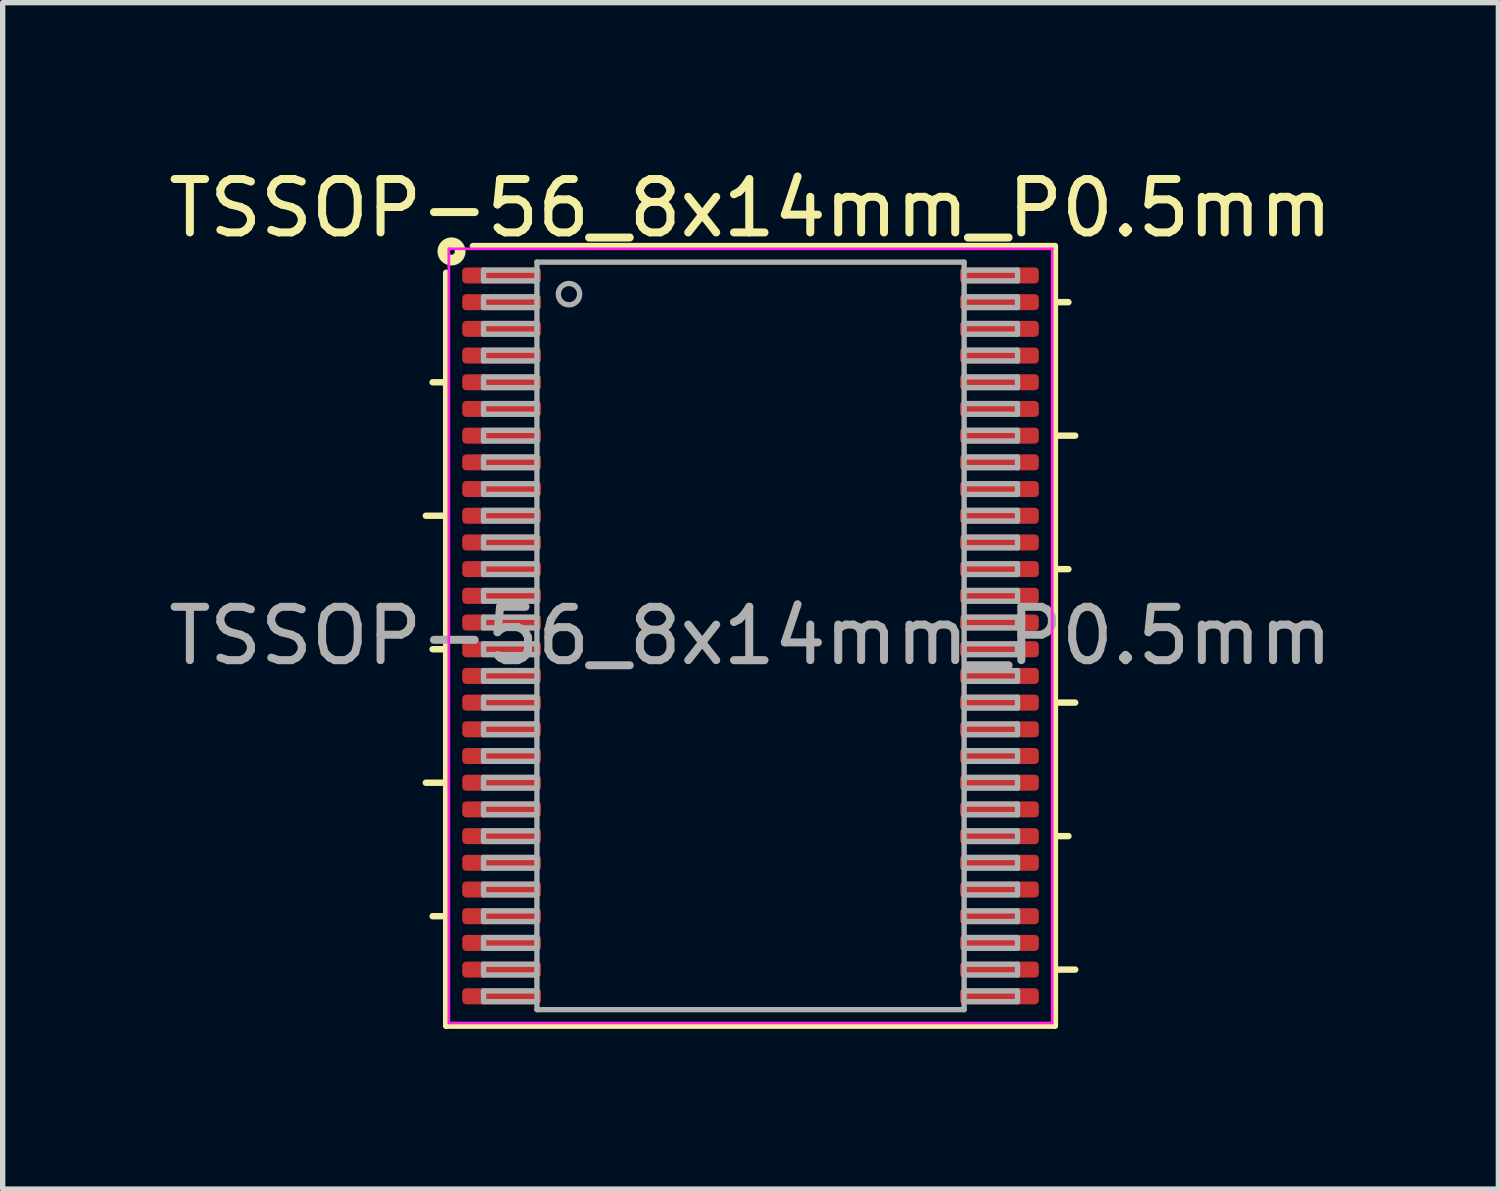
<source format=kicad_pcb>
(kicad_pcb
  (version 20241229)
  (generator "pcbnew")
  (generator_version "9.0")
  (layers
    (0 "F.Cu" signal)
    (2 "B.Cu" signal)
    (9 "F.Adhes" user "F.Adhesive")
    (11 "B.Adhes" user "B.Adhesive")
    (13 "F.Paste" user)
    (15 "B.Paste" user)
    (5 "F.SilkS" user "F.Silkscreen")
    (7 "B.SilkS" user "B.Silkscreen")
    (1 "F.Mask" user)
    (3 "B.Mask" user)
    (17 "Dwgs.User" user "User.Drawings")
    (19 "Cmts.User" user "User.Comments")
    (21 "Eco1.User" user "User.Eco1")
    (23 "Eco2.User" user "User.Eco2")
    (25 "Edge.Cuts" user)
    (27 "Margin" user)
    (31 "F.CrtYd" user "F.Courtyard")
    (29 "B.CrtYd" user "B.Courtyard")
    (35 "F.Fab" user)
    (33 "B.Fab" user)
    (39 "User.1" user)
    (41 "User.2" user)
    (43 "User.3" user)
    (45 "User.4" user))
  (footprint "TSSOP-56_8x14mm_P0.5mm"
    (layer "F.Cu")
    (at 11.006 8.859)
    (property "Reference" "TSSOP-56_8x14mm_P0.5mm" (at 0 -8.011 0) (layer "F.SilkS") (effects (font (size 1 1) (thickness 0.15))))
    (attr smd)
    (fp_line (start -6.081 -2.25) (end -5.7 -2.25) (stroke (width 0.12) (type solid)) (layer "F.SilkS"))
    (fp_line (start -6.081 2.75) (end -5.7 2.75) (stroke (width 0.12) (type solid)) (layer "F.SilkS"))
    (fp_line (start -5.954 -4.75) (end -5.7 -4.75) (stroke (width 0.12) (type solid)) (layer "F.SilkS"))
    (fp_line (start -5.954 0.25) (end -5.7 0.25) (stroke (width 0.12) (type solid)) (layer "F.SilkS"))
    (fp_line (start -5.954 5.25) (end -5.7 5.25) (stroke (width 0.12) (type solid)) (layer "F.SilkS"))
    (fp_line (start -5.7 -6.8) (end -5.7 7.3) (stroke (width 0.12) (type solid)) (layer "F.SilkS"))
    (fp_line (start -5.7 7.3) (end 5.7 7.3) (stroke (width 0.12) (type solid)) (layer "F.SilkS"))
    (fp_line (start 5.7 -7.3) (end -5.2 -7.3) (stroke (width 0.12) (type solid)) (layer "F.SilkS"))
    (fp_line (start 5.7 7.3) (end 5.7 -7.3) (stroke (width 0.12) (type solid)) (layer "F.SilkS"))
    (fp_line (start 5.954 -6.25) (end 5.7 -6.25) (stroke (width 0.12) (type solid)) (layer "F.SilkS"))
    (fp_line (start 5.954 -1.25) (end 5.7 -1.25) (stroke (width 0.12) (type solid)) (layer "F.SilkS"))
    (fp_line (start 5.954 3.75) (end 5.7 3.75) (stroke (width 0.12) (type solid)) (layer "F.SilkS"))
    (fp_line (start 6.081 -3.75) (end 5.7 -3.75) (stroke (width 0.12) (type solid)) (layer "F.SilkS"))
    (fp_line (start 6.081 1.25) (end 5.7 1.25) (stroke (width 0.12) (type solid)) (layer "F.SilkS"))
    (fp_line (start 6.081 6.25) (end 5.7 6.25) (stroke (width 0.12) (type solid)) (layer "F.SilkS"))
    (fp_circle (center -5.6 -7.2) (end -5.537 -7.2) (stroke (width 0.2) (type solid)) (fill no) (layer "F.SilkS"))
    (fp_line (start -5.65 -7.25) (end -5.65 7.25) (stroke (width 0.05) (type solid)) (layer "F.CrtYd"))
    (fp_line (start -5.65 7.25) (end 5.65 7.25) (stroke (width 0.05) (type solid)) (layer "F.CrtYd"))
    (fp_line (start 5.65 -7.25) (end -5.65 -7.25) (stroke (width 0.05) (type solid)) (layer "F.CrtYd"))
    (fp_line (start 5.65 7.25) (end 5.65 -7.25) (stroke (width 0.05) (type solid)) (layer "F.CrtYd"))
    (fp_line (start -5 -6.85) (end -5 -6.65) (stroke (width 0.1) (type solid)) (layer "F.Fab"))
    (fp_line (start -5 -6.85) (end -4 -6.85) (stroke (width 0.1) (type solid)) (layer "F.Fab"))
    (fp_line (start -5 -6.65) (end -4 -6.65) (stroke (width 0.1) (type solid)) (layer "F.Fab"))
    (fp_line (start -5 -6.35) (end -5 -6.15) (stroke (width 0.1) (type solid)) (layer "F.Fab"))
    (fp_line (start -5 -6.35) (end -4 -6.35) (stroke (width 0.1) (type solid)) (layer "F.Fab"))
    (fp_line (start -5 -6.15) (end -4 -6.15) (stroke (width 0.1) (type solid)) (layer "F.Fab"))
    (fp_line (start -5 -5.85) (end -5 -5.65) (stroke (width 0.1) (type solid)) (layer "F.Fab"))
    (fp_line (start -5 -5.85) (end -4 -5.85) (stroke (width 0.1) (type solid)) (layer "F.Fab"))
    (fp_line (start -5 -5.65) (end -4 -5.65) (stroke (width 0.1) (type solid)) (layer "F.Fab"))
    (fp_line (start -5 -5.35) (end -5 -5.15) (stroke (width 0.1) (type solid)) (layer "F.Fab"))
    (fp_line (start -5 -5.35) (end -4 -5.35) (stroke (width 0.1) (type solid)) (layer "F.Fab"))
    (fp_line (start -5 -5.15) (end -4 -5.15) (stroke (width 0.1) (type solid)) (layer "F.Fab"))
    (fp_line (start -5 -4.85) (end -5 -4.65) (stroke (width 0.1) (type solid)) (layer "F.Fab"))
    (fp_line (start -5 -4.85) (end -4 -4.85) (stroke (width 0.1) (type solid)) (layer "F.Fab"))
    (fp_line (start -5 -4.65) (end -4 -4.65) (stroke (width 0.1) (type solid)) (layer "F.Fab"))
    (fp_line (start -5 -4.35) (end -5 -4.15) (stroke (width 0.1) (type solid)) (layer "F.Fab"))
    (fp_line (start -5 -4.35) (end -4 -4.35) (stroke (width 0.1) (type solid)) (layer "F.Fab"))
    (fp_line (start -5 -4.15) (end -4 -4.15) (stroke (width 0.1) (type solid)) (layer "F.Fab"))
    (fp_line (start -5 -3.85) (end -5 -3.65) (stroke (width 0.1) (type solid)) (layer "F.Fab"))
    (fp_line (start -5 -3.85) (end -4 -3.85) (stroke (width 0.1) (type solid)) (layer "F.Fab"))
    (fp_line (start -5 -3.65) (end -4 -3.65) (stroke (width 0.1) (type solid)) (layer "F.Fab"))
    (fp_line (start -5 -3.35) (end -5 -3.15) (stroke (width 0.1) (type solid)) (layer "F.Fab"))
    (fp_line (start -5 -3.35) (end -4 -3.35) (stroke (width 0.1) (type solid)) (layer "F.Fab"))
    (fp_line (start -5 -3.15) (end -4 -3.15) (stroke (width 0.1) (type solid)) (layer "F.Fab"))
    (fp_line (start -5 -2.85) (end -5 -2.65) (stroke (width 0.1) (type solid)) (layer "F.Fab"))
    (fp_line (start -5 -2.85) (end -4 -2.85) (stroke (width 0.1) (type solid)) (layer "F.Fab"))
    (fp_line (start -5 -2.65) (end -4 -2.65) (stroke (width 0.1) (type solid)) (layer "F.Fab"))
    (fp_line (start -5 -2.35) (end -5 -2.15) (stroke (width 0.1) (type solid)) (layer "F.Fab"))
    (fp_line (start -5 -2.35) (end -4 -2.35) (stroke (width 0.1) (type solid)) (layer "F.Fab"))
    (fp_line (start -5 -2.15) (end -4 -2.15) (stroke (width 0.1) (type solid)) (layer "F.Fab"))
    (fp_line (start -5 -1.85) (end -5 -1.65) (stroke (width 0.1) (type solid)) (layer "F.Fab"))
    (fp_line (start -5 -1.85) (end -4 -1.85) (stroke (width 0.1) (type solid)) (layer "F.Fab"))
    (fp_line (start -5 -1.65) (end -4 -1.65) (stroke (width 0.1) (type solid)) (layer "F.Fab"))
    (fp_line (start -5 -1.35) (end -5 -1.15) (stroke (width 0.1) (type solid)) (layer "F.Fab"))
    (fp_line (start -5 -1.35) (end -4 -1.35) (stroke (width 0.1) (type solid)) (layer "F.Fab"))
    (fp_line (start -5 -1.15) (end -4 -1.15) (stroke (width 0.1) (type solid)) (layer "F.Fab"))
    (fp_line (start -5 -0.85) (end -5 -0.65) (stroke (width 0.1) (type solid)) (layer "F.Fab"))
    (fp_line (start -5 -0.85) (end -4 -0.85) (stroke (width 0.1) (type solid)) (layer "F.Fab"))
    (fp_line (start -5 -0.65) (end -4 -0.65) (stroke (width 0.1) (type solid)) (layer "F.Fab"))
    (fp_line (start -5 -0.35) (end -5 -0.15) (stroke (width 0.1) (type solid)) (layer "F.Fab"))
    (fp_line (start -5 -0.35) (end -4 -0.35) (stroke (width 0.1) (type solid)) (layer "F.Fab"))
    (fp_line (start -5 -0.15) (end -4 -0.15) (stroke (width 0.1) (type solid)) (layer "F.Fab"))
    (fp_line (start -5 0.15) (end -5 0.35) (stroke (width 0.1) (type solid)) (layer "F.Fab"))
    (fp_line (start -5 0.15) (end -4 0.15) (stroke (width 0.1) (type solid)) (layer "F.Fab"))
    (fp_line (start -5 0.35) (end -4 0.35) (stroke (width 0.1) (type solid)) (layer "F.Fab"))
    (fp_line (start -5 0.65) (end -5 0.85) (stroke (width 0.1) (type solid)) (layer "F.Fab"))
    (fp_line (start -5 0.65) (end -4 0.65) (stroke (width 0.1) (type solid)) (layer "F.Fab"))
    (fp_line (start -5 0.85) (end -4 0.85) (stroke (width 0.1) (type solid)) (layer "F.Fab"))
    (fp_line (start -5 1.15) (end -5 1.35) (stroke (width 0.1) (type solid)) (layer "F.Fab"))
    (fp_line (start -5 1.15) (end -4 1.15) (stroke (width 0.1) (type solid)) (layer "F.Fab"))
    (fp_line (start -5 1.35) (end -4 1.35) (stroke (width 0.1) (type solid)) (layer "F.Fab"))
    (fp_line (start -5 1.65) (end -5 1.85) (stroke (width 0.1) (type solid)) (layer "F.Fab"))
    (fp_line (start -5 1.65) (end -4 1.65) (stroke (width 0.1) (type solid)) (layer "F.Fab"))
    (fp_line (start -5 1.85) (end -4 1.85) (stroke (width 0.1) (type solid)) (layer "F.Fab"))
    (fp_line (start -5 2.15) (end -5 2.35) (stroke (width 0.1) (type solid)) (layer "F.Fab"))
    (fp_line (start -5 2.15) (end -4 2.15) (stroke (width 0.1) (type solid)) (layer "F.Fab"))
    (fp_line (start -5 2.35) (end -4 2.35) (stroke (width 0.1) (type solid)) (layer "F.Fab"))
    (fp_line (start -5 2.65) (end -5 2.85) (stroke (width 0.1) (type solid)) (layer "F.Fab"))
    (fp_line (start -5 2.65) (end -4 2.65) (stroke (width 0.1) (type solid)) (layer "F.Fab"))
    (fp_line (start -5 2.85) (end -4 2.85) (stroke (width 0.1) (type solid)) (layer "F.Fab"))
    (fp_line (start -5 3.15) (end -5 3.35) (stroke (width 0.1) (type solid)) (layer "F.Fab"))
    (fp_line (start -5 3.15) (end -4 3.15) (stroke (width 0.1) (type solid)) (layer "F.Fab"))
    (fp_line (start -5 3.35) (end -4 3.35) (stroke (width 0.1) (type solid)) (layer "F.Fab"))
    (fp_line (start -5 3.65) (end -5 3.85) (stroke (width 0.1) (type solid)) (layer "F.Fab"))
    (fp_line (start -5 3.65) (end -4 3.65) (stroke (width 0.1) (type solid)) (layer "F.Fab"))
    (fp_line (start -5 3.85) (end -4 3.85) (stroke (width 0.1) (type solid)) (layer "F.Fab"))
    (fp_line (start -5 4.15) (end -5 4.35) (stroke (width 0.1) (type solid)) (layer "F.Fab"))
    (fp_line (start -5 4.15) (end -4 4.15) (stroke (width 0.1) (type solid)) (layer "F.Fab"))
    (fp_line (start -5 4.35) (end -4 4.35) (stroke (width 0.1) (type solid)) (layer "F.Fab"))
    (fp_line (start -5 4.65) (end -5 4.85) (stroke (width 0.1) (type solid)) (layer "F.Fab"))
    (fp_line (start -5 4.65) (end -4 4.65) (stroke (width 0.1) (type solid)) (layer "F.Fab"))
    (fp_line (start -5 4.85) (end -4 4.85) (stroke (width 0.1) (type solid)) (layer "F.Fab"))
    (fp_line (start -5 5.15) (end -5 5.35) (stroke (width 0.1) (type solid)) (layer "F.Fab"))
    (fp_line (start -5 5.15) (end -4 5.15) (stroke (width 0.1) (type solid)) (layer "F.Fab"))
    (fp_line (start -5 5.35) (end -4 5.35) (stroke (width 0.1) (type solid)) (layer "F.Fab"))
    (fp_line (start -5 5.65) (end -5 5.85) (stroke (width 0.1) (type solid)) (layer "F.Fab"))
    (fp_line (start -5 5.65) (end -4 5.65) (stroke (width 0.1) (type solid)) (layer "F.Fab"))
    (fp_line (start -5 5.85) (end -4 5.85) (stroke (width 0.1) (type solid)) (layer "F.Fab"))
    (fp_line (start -5 6.15) (end -5 6.35) (stroke (width 0.1) (type solid)) (layer "F.Fab"))
    (fp_line (start -5 6.15) (end -4 6.15) (stroke (width 0.1) (type solid)) (layer "F.Fab"))
    (fp_line (start -5 6.35) (end -4 6.35) (stroke (width 0.1) (type solid)) (layer "F.Fab"))
    (fp_line (start -5 6.65) (end -5 6.85) (stroke (width 0.1) (type solid)) (layer "F.Fab"))
    (fp_line (start -5 6.65) (end -4 6.65) (stroke (width 0.1) (type solid)) (layer "F.Fab"))
    (fp_line (start -5 6.85) (end -4 6.85) (stroke (width 0.1) (type solid)) (layer "F.Fab"))
    (fp_line (start -4 -7) (end 4 -7) (stroke (width 0.1) (type solid)) (layer "F.Fab"))
    (fp_line (start -4 7) (end -4 -7) (stroke (width 0.1) (type solid)) (layer "F.Fab"))
    (fp_line (start 4 -7) (end 4 7) (stroke (width 0.1) (type solid)) (layer "F.Fab"))
    (fp_line (start 4 7) (end -4 7) (stroke (width 0.1) (type solid)) (layer "F.Fab"))
    (fp_line (start 5 -6.85) (end 4 -6.85) (stroke (width 0.1) (type solid)) (layer "F.Fab"))
    (fp_line (start 5 -6.65) (end 4 -6.65) (stroke (width 0.1) (type solid)) (layer "F.Fab"))
    (fp_line (start 5 -6.65) (end 5 -6.85) (stroke (width 0.1) (type solid)) (layer "F.Fab"))
    (fp_line (start 5 -6.35) (end 4 -6.35) (stroke (width 0.1) (type solid)) (layer "F.Fab"))
    (fp_line (start 5 -6.15) (end 4 -6.15) (stroke (width 0.1) (type solid)) (layer "F.Fab"))
    (fp_line (start 5 -6.15) (end 5 -6.35) (stroke (width 0.1) (type solid)) (layer "F.Fab"))
    (fp_line (start 5 -5.85) (end 4 -5.85) (stroke (width 0.1) (type solid)) (layer "F.Fab"))
    (fp_line (start 5 -5.65) (end 4 -5.65) (stroke (width 0.1) (type solid)) (layer "F.Fab"))
    (fp_line (start 5 -5.65) (end 5 -5.85) (stroke (width 0.1) (type solid)) (layer "F.Fab"))
    (fp_line (start 5 -5.35) (end 4 -5.35) (stroke (width 0.1) (type solid)) (layer "F.Fab"))
    (fp_line (start 5 -5.15) (end 4 -5.15) (stroke (width 0.1) (type solid)) (layer "F.Fab"))
    (fp_line (start 5 -5.15) (end 5 -5.35) (stroke (width 0.1) (type solid)) (layer "F.Fab"))
    (fp_line (start 5 -4.85) (end 4 -4.85) (stroke (width 0.1) (type solid)) (layer "F.Fab"))
    (fp_line (start 5 -4.65) (end 4 -4.65) (stroke (width 0.1) (type solid)) (layer "F.Fab"))
    (fp_line (start 5 -4.65) (end 5 -4.85) (stroke (width 0.1) (type solid)) (layer "F.Fab"))
    (fp_line (start 5 -4.35) (end 4 -4.35) (stroke (width 0.1) (type solid)) (layer "F.Fab"))
    (fp_line (start 5 -4.15) (end 4 -4.15) (stroke (width 0.1) (type solid)) (layer "F.Fab"))
    (fp_line (start 5 -4.15) (end 5 -4.35) (stroke (width 0.1) (type solid)) (layer "F.Fab"))
    (fp_line (start 5 -3.85) (end 4 -3.85) (stroke (width 0.1) (type solid)) (layer "F.Fab"))
    (fp_line (start 5 -3.65) (end 4 -3.65) (stroke (width 0.1) (type solid)) (layer "F.Fab"))
    (fp_line (start 5 -3.65) (end 5 -3.85) (stroke (width 0.1) (type solid)) (layer "F.Fab"))
    (fp_line (start 5 -3.35) (end 4 -3.35) (stroke (width 0.1) (type solid)) (layer "F.Fab"))
    (fp_line (start 5 -3.15) (end 4 -3.15) (stroke (width 0.1) (type solid)) (layer "F.Fab"))
    (fp_line (start 5 -3.15) (end 5 -3.35) (stroke (width 0.1) (type solid)) (layer "F.Fab"))
    (fp_line (start 5 -2.85) (end 4 -2.85) (stroke (width 0.1) (type solid)) (layer "F.Fab"))
    (fp_line (start 5 -2.65) (end 4 -2.65) (stroke (width 0.1) (type solid)) (layer "F.Fab"))
    (fp_line (start 5 -2.65) (end 5 -2.85) (stroke (width 0.1) (type solid)) (layer "F.Fab"))
    (fp_line (start 5 -2.35) (end 4 -2.35) (stroke (width 0.1) (type solid)) (layer "F.Fab"))
    (fp_line (start 5 -2.15) (end 4 -2.15) (stroke (width 0.1) (type solid)) (layer "F.Fab"))
    (fp_line (start 5 -2.15) (end 5 -2.35) (stroke (width 0.1) (type solid)) (layer "F.Fab"))
    (fp_line (start 5 -1.85) (end 4 -1.85) (stroke (width 0.1) (type solid)) (layer "F.Fab"))
    (fp_line (start 5 -1.65) (end 4 -1.65) (stroke (width 0.1) (type solid)) (layer "F.Fab"))
    (fp_line (start 5 -1.65) (end 5 -1.85) (stroke (width 0.1) (type solid)) (layer "F.Fab"))
    (fp_line (start 5 -1.35) (end 4 -1.35) (stroke (width 0.1) (type solid)) (layer "F.Fab"))
    (fp_line (start 5 -1.15) (end 4 -1.15) (stroke (width 0.1) (type solid)) (layer "F.Fab"))
    (fp_line (start 5 -1.15) (end 5 -1.35) (stroke (width 0.1) (type solid)) (layer "F.Fab"))
    (fp_line (start 5 -0.85) (end 4 -0.85) (stroke (width 0.1) (type solid)) (layer "F.Fab"))
    (fp_line (start 5 -0.65) (end 4 -0.65) (stroke (width 0.1) (type solid)) (layer "F.Fab"))
    (fp_line (start 5 -0.65) (end 5 -0.85) (stroke (width 0.1) (type solid)) (layer "F.Fab"))
    (fp_line (start 5 -0.35) (end 4 -0.35) (stroke (width 0.1) (type solid)) (layer "F.Fab"))
    (fp_line (start 5 -0.15) (end 4 -0.15) (stroke (width 0.1) (type solid)) (layer "F.Fab"))
    (fp_line (start 5 -0.15) (end 5 -0.35) (stroke (width 0.1) (type solid)) (layer "F.Fab"))
    (fp_line (start 5 0.15) (end 4 0.15) (stroke (width 0.1) (type solid)) (layer "F.Fab"))
    (fp_line (start 5 0.35) (end 4 0.35) (stroke (width 0.1) (type solid)) (layer "F.Fab"))
    (fp_line (start 5 0.35) (end 5 0.15) (stroke (width 0.1) (type solid)) (layer "F.Fab"))
    (fp_line (start 5 0.65) (end 4 0.65) (stroke (width 0.1) (type solid)) (layer "F.Fab"))
    (fp_line (start 5 0.85) (end 4 0.85) (stroke (width 0.1) (type solid)) (layer "F.Fab"))
    (fp_line (start 5 0.85) (end 5 0.65) (stroke (width 0.1) (type solid)) (layer "F.Fab"))
    (fp_line (start 5 1.15) (end 4 1.15) (stroke (width 0.1) (type solid)) (layer "F.Fab"))
    (fp_line (start 5 1.35) (end 4 1.35) (stroke (width 0.1) (type solid)) (layer "F.Fab"))
    (fp_line (start 5 1.35) (end 5 1.15) (stroke (width 0.1) (type solid)) (layer "F.Fab"))
    (fp_line (start 5 1.65) (end 4 1.65) (stroke (width 0.1) (type solid)) (layer "F.Fab"))
    (fp_line (start 5 1.85) (end 4 1.85) (stroke (width 0.1) (type solid)) (layer "F.Fab"))
    (fp_line (start 5 1.85) (end 5 1.65) (stroke (width 0.1) (type solid)) (layer "F.Fab"))
    (fp_line (start 5 2.15) (end 4 2.15) (stroke (width 0.1) (type solid)) (layer "F.Fab"))
    (fp_line (start 5 2.35) (end 4 2.35) (stroke (width 0.1) (type solid)) (layer "F.Fab"))
    (fp_line (start 5 2.35) (end 5 2.15) (stroke (width 0.1) (type solid)) (layer "F.Fab"))
    (fp_line (start 5 2.65) (end 4 2.65) (stroke (width 0.1) (type solid)) (layer "F.Fab"))
    (fp_line (start 5 2.85) (end 4 2.85) (stroke (width 0.1) (type solid)) (layer "F.Fab"))
    (fp_line (start 5 2.85) (end 5 2.65) (stroke (width 0.1) (type solid)) (layer "F.Fab"))
    (fp_line (start 5 3.15) (end 4 3.15) (stroke (width 0.1) (type solid)) (layer "F.Fab"))
    (fp_line (start 5 3.35) (end 4 3.35) (stroke (width 0.1) (type solid)) (layer "F.Fab"))
    (fp_line (start 5 3.35) (end 5 3.15) (stroke (width 0.1) (type solid)) (layer "F.Fab"))
    (fp_line (start 5 3.65) (end 4 3.65) (stroke (width 0.1) (type solid)) (layer "F.Fab"))
    (fp_line (start 5 3.85) (end 4 3.85) (stroke (width 0.1) (type solid)) (layer "F.Fab"))
    (fp_line (start 5 3.85) (end 5 3.65) (stroke (width 0.1) (type solid)) (layer "F.Fab"))
    (fp_line (start 5 4.15) (end 4 4.15) (stroke (width 0.1) (type solid)) (layer "F.Fab"))
    (fp_line (start 5 4.35) (end 4 4.35) (stroke (width 0.1) (type solid)) (layer "F.Fab"))
    (fp_line (start 5 4.35) (end 5 4.15) (stroke (width 0.1) (type solid)) (layer "F.Fab"))
    (fp_line (start 5 4.65) (end 4 4.65) (stroke (width 0.1) (type solid)) (layer "F.Fab"))
    (fp_line (start 5 4.85) (end 4 4.85) (stroke (width 0.1) (type solid)) (layer "F.Fab"))
    (fp_line (start 5 4.85) (end 5 4.65) (stroke (width 0.1) (type solid)) (layer "F.Fab"))
    (fp_line (start 5 5.15) (end 4 5.15) (stroke (width 0.1) (type solid)) (layer "F.Fab"))
    (fp_line (start 5 5.35) (end 4 5.35) (stroke (width 0.1) (type solid)) (layer "F.Fab"))
    (fp_line (start 5 5.35) (end 5 5.15) (stroke (width 0.1) (type solid)) (layer "F.Fab"))
    (fp_line (start 5 5.65) (end 4 5.65) (stroke (width 0.1) (type solid)) (layer "F.Fab"))
    (fp_line (start 5 5.85) (end 4 5.85) (stroke (width 0.1) (type solid)) (layer "F.Fab"))
    (fp_line (start 5 5.85) (end 5 5.65) (stroke (width 0.1) (type solid)) (layer "F.Fab"))
    (fp_line (start 5 6.15) (end 4 6.15) (stroke (width 0.1) (type solid)) (layer "F.Fab"))
    (fp_line (start 5 6.35) (end 4 6.35) (stroke (width 0.1) (type solid)) (layer "F.Fab"))
    (fp_line (start 5 6.35) (end 5 6.15) (stroke (width 0.1) (type solid)) (layer "F.Fab"))
    (fp_line (start 5 6.65) (end 4 6.65) (stroke (width 0.1) (type solid)) (layer "F.Fab"))
    (fp_line (start 5 6.85) (end 4 6.85) (stroke (width 0.1) (type solid)) (layer "F.Fab"))
    (fp_line (start 5 6.85) (end 5 6.65) (stroke (width 0.1) (type solid)) (layer "F.Fab"))
    (fp_circle (center -3.4 -6.4) (end -3.2 -6.4) (stroke (width 0.1) (type solid)) (fill no) (layer "F.Fab"))
    (fp_text user "${REFERENCE}" (at 0 0 0) (layer "F.Fab") (effects (font (size 1 1) (thickness 0.15))))
    (pad "1" smd roundrect (at -4.662 -6.75) (size 1.475 0.3) (layers "F.Cu" "F.Mask" "F.Paste") (roundrect_rratio 0.25))
    (pad "2" smd roundrect (at -4.662 -6.25) (size 1.475 0.3) (layers "F.Cu" "F.Mask" "F.Paste") (roundrect_rratio 0.25))
    (pad "3" smd roundrect (at -4.662 -5.75) (size 1.475 0.3) (layers "F.Cu" "F.Mask" "F.Paste") (roundrect_rratio 0.25))
    (pad "4" smd roundrect (at -4.662 -5.25) (size 1.475 0.3) (layers "F.Cu" "F.Mask" "F.Paste") (roundrect_rratio 0.25))
    (pad "5" smd roundrect (at -4.662 -4.75) (size 1.475 0.3) (layers "F.Cu" "F.Mask" "F.Paste") (roundrect_rratio 0.25))
    (pad "6" smd roundrect (at -4.662 -4.25) (size 1.475 0.3) (layers "F.Cu" "F.Mask" "F.Paste") (roundrect_rratio 0.25))
    (pad "7" smd roundrect (at -4.662 -3.75) (size 1.475 0.3) (layers "F.Cu" "F.Mask" "F.Paste") (roundrect_rratio 0.25))
    (pad "8" smd roundrect (at -4.662 -3.25) (size 1.475 0.3) (layers "F.Cu" "F.Mask" "F.Paste") (roundrect_rratio 0.25))
    (pad "9" smd roundrect (at -4.662 -2.75) (size 1.475 0.3) (layers "F.Cu" "F.Mask" "F.Paste") (roundrect_rratio 0.25))
    (pad "10" smd roundrect (at -4.662 -2.25) (size 1.475 0.3) (layers "F.Cu" "F.Mask" "F.Paste") (roundrect_rratio 0.25))
    (pad "11" smd roundrect (at -4.662 -1.75) (size 1.475 0.3) (layers "F.Cu" "F.Mask" "F.Paste") (roundrect_rratio 0.25))
    (pad "12" smd roundrect (at -4.662 -1.25) (size 1.475 0.3) (layers "F.Cu" "F.Mask" "F.Paste") (roundrect_rratio 0.25))
    (pad "13" smd roundrect (at -4.662 -0.75) (size 1.475 0.3) (layers "F.Cu" "F.Mask" "F.Paste") (roundrect_rratio 0.25))
    (pad "14" smd roundrect (at -4.662 -0.25) (size 1.475 0.3) (layers "F.Cu" "F.Mask" "F.Paste") (roundrect_rratio 0.25))
    (pad "15" smd roundrect (at -4.662 0.25) (size 1.475 0.3) (layers "F.Cu" "F.Mask" "F.Paste") (roundrect_rratio 0.25))
    (pad "16" smd roundrect (at -4.662 0.75) (size 1.475 0.3) (layers "F.Cu" "F.Mask" "F.Paste") (roundrect_rratio 0.25))
    (pad "17" smd roundrect (at -4.662 1.25) (size 1.475 0.3) (layers "F.Cu" "F.Mask" "F.Paste") (roundrect_rratio 0.25))
    (pad "18" smd roundrect (at -4.662 1.75) (size 1.475 0.3) (layers "F.Cu" "F.Mask" "F.Paste") (roundrect_rratio 0.25))
    (pad "19" smd roundrect (at -4.662 2.25) (size 1.475 0.3) (layers "F.Cu" "F.Mask" "F.Paste") (roundrect_rratio 0.25))
    (pad "20" smd roundrect (at -4.662 2.75) (size 1.475 0.3) (layers "F.Cu" "F.Mask" "F.Paste") (roundrect_rratio 0.25))
    (pad "21" smd roundrect (at -4.662 3.25) (size 1.475 0.3) (layers "F.Cu" "F.Mask" "F.Paste") (roundrect_rratio 0.25))
    (pad "22" smd roundrect (at -4.662 3.75) (size 1.475 0.3) (layers "F.Cu" "F.Mask" "F.Paste") (roundrect_rratio 0.25))
    (pad "23" smd roundrect (at -4.662 4.25) (size 1.475 0.3) (layers "F.Cu" "F.Mask" "F.Paste") (roundrect_rratio 0.25))
    (pad "24" smd roundrect (at -4.662 4.75) (size 1.475 0.3) (layers "F.Cu" "F.Mask" "F.Paste") (roundrect_rratio 0.25))
    (pad "25" smd roundrect (at -4.662 5.25) (size 1.475 0.3) (layers "F.Cu" "F.Mask" "F.Paste") (roundrect_rratio 0.25))
    (pad "26" smd roundrect (at -4.662 5.75) (size 1.475 0.3) (layers "F.Cu" "F.Mask" "F.Paste") (roundrect_rratio 0.25))
    (pad "27" smd roundrect (at -4.662 6.25) (size 1.475 0.3) (layers "F.Cu" "F.Mask" "F.Paste") (roundrect_rratio 0.25))
    (pad "28" smd roundrect (at -4.662 6.75) (size 1.475 0.3) (layers "F.Cu" "F.Mask" "F.Paste") (roundrect_rratio 0.25))
    (pad "29" smd roundrect (at 4.662 6.75) (size 1.475 0.3) (layers "F.Cu" "F.Mask" "F.Paste") (roundrect_rratio 0.25))
    (pad "30" smd roundrect (at 4.662 6.25) (size 1.475 0.3) (layers "F.Cu" "F.Mask" "F.Paste") (roundrect_rratio 0.25))
    (pad "31" smd roundrect (at 4.662 5.75) (size 1.475 0.3) (layers "F.Cu" "F.Mask" "F.Paste") (roundrect_rratio 0.25))
    (pad "32" smd roundrect (at 4.662 5.25) (size 1.475 0.3) (layers "F.Cu" "F.Mask" "F.Paste") (roundrect_rratio 0.25))
    (pad "33" smd roundrect (at 4.662 4.75) (size 1.475 0.3) (layers "F.Cu" "F.Mask" "F.Paste") (roundrect_rratio 0.25))
    (pad "34" smd roundrect (at 4.662 4.25) (size 1.475 0.3) (layers "F.Cu" "F.Mask" "F.Paste") (roundrect_rratio 0.25))
    (pad "35" smd roundrect (at 4.662 3.75) (size 1.475 0.3) (layers "F.Cu" "F.Mask" "F.Paste") (roundrect_rratio 0.25))
    (pad "36" smd roundrect (at 4.662 3.25) (size 1.475 0.3) (layers "F.Cu" "F.Mask" "F.Paste") (roundrect_rratio 0.25))
    (pad "37" smd roundrect (at 4.662 2.75) (size 1.475 0.3) (layers "F.Cu" "F.Mask" "F.Paste") (roundrect_rratio 0.25))
    (pad "38" smd roundrect (at 4.662 2.25) (size 1.475 0.3) (layers "F.Cu" "F.Mask" "F.Paste") (roundrect_rratio 0.25))
    (pad "39" smd roundrect (at 4.662 1.75) (size 1.475 0.3) (layers "F.Cu" "F.Mask" "F.Paste") (roundrect_rratio 0.25))
    (pad "40" smd roundrect (at 4.662 1.25) (size 1.475 0.3) (layers "F.Cu" "F.Mask" "F.Paste") (roundrect_rratio 0.25))
    (pad "41" smd roundrect (at 4.662 0.75) (size 1.475 0.3) (layers "F.Cu" "F.Mask" "F.Paste") (roundrect_rratio 0.25))
    (pad "42" smd roundrect (at 4.662 0.25) (size 1.475 0.3) (layers "F.Cu" "F.Mask" "F.Paste") (roundrect_rratio 0.25))
    (pad "43" smd roundrect (at 4.662 -0.25) (size 1.475 0.3) (layers "F.Cu" "F.Mask" "F.Paste") (roundrect_rratio 0.25))
    (pad "44" smd roundrect (at 4.662 -0.75) (size 1.475 0.3) (layers "F.Cu" "F.Mask" "F.Paste") (roundrect_rratio 0.25))
    (pad "45" smd roundrect (at 4.662 -1.25) (size 1.475 0.3) (layers "F.Cu" "F.Mask" "F.Paste") (roundrect_rratio 0.25))
    (pad "46" smd roundrect (at 4.662 -1.75) (size 1.475 0.3) (layers "F.Cu" "F.Mask" "F.Paste") (roundrect_rratio 0.25))
    (pad "47" smd roundrect (at 4.662 -2.25) (size 1.475 0.3) (layers "F.Cu" "F.Mask" "F.Paste") (roundrect_rratio 0.25))
    (pad "48" smd roundrect (at 4.662 -2.75) (size 1.475 0.3) (layers "F.Cu" "F.Mask" "F.Paste") (roundrect_rratio 0.25))
    (pad "49" smd roundrect (at 4.662 -3.25) (size 1.475 0.3) (layers "F.Cu" "F.Mask" "F.Paste") (roundrect_rratio 0.25))
    (pad "50" smd roundrect (at 4.662 -3.75) (size 1.475 0.3) (layers "F.Cu" "F.Mask" "F.Paste") (roundrect_rratio 0.25))
    (pad "51" smd roundrect (at 4.662 -4.25) (size 1.475 0.3) (layers "F.Cu" "F.Mask" "F.Paste") (roundrect_rratio 0.25))
    (pad "52" smd roundrect (at 4.662 -4.75) (size 1.475 0.3) (layers "F.Cu" "F.Mask" "F.Paste") (roundrect_rratio 0.25))
    (pad "53" smd roundrect (at 4.662 -5.25) (size 1.475 0.3) (layers "F.Cu" "F.Mask" "F.Paste") (roundrect_rratio 0.25))
    (pad "54" smd roundrect (at 4.662 -5.75) (size 1.475 0.3) (layers "F.Cu" "F.Mask" "F.Paste") (roundrect_rratio 0.25))
    (pad "55" smd roundrect (at 4.662 -6.25) (size 1.475 0.3) (layers "F.Cu" "F.Mask" "F.Paste") (roundrect_rratio 0.25))
    (pad "56" smd roundrect (at 4.662 -6.75) (size 1.475 0.3) (layers "F.Cu" "F.Mask" "F.Paste") (roundrect_rratio 0.25)))
  (gr_rect
    (start -3 -3)
    (end 25.012 19.219)
    (stroke (width 0.1) (type default))
    (fill no)
    (layer "Edge.Cuts")))
</source>
